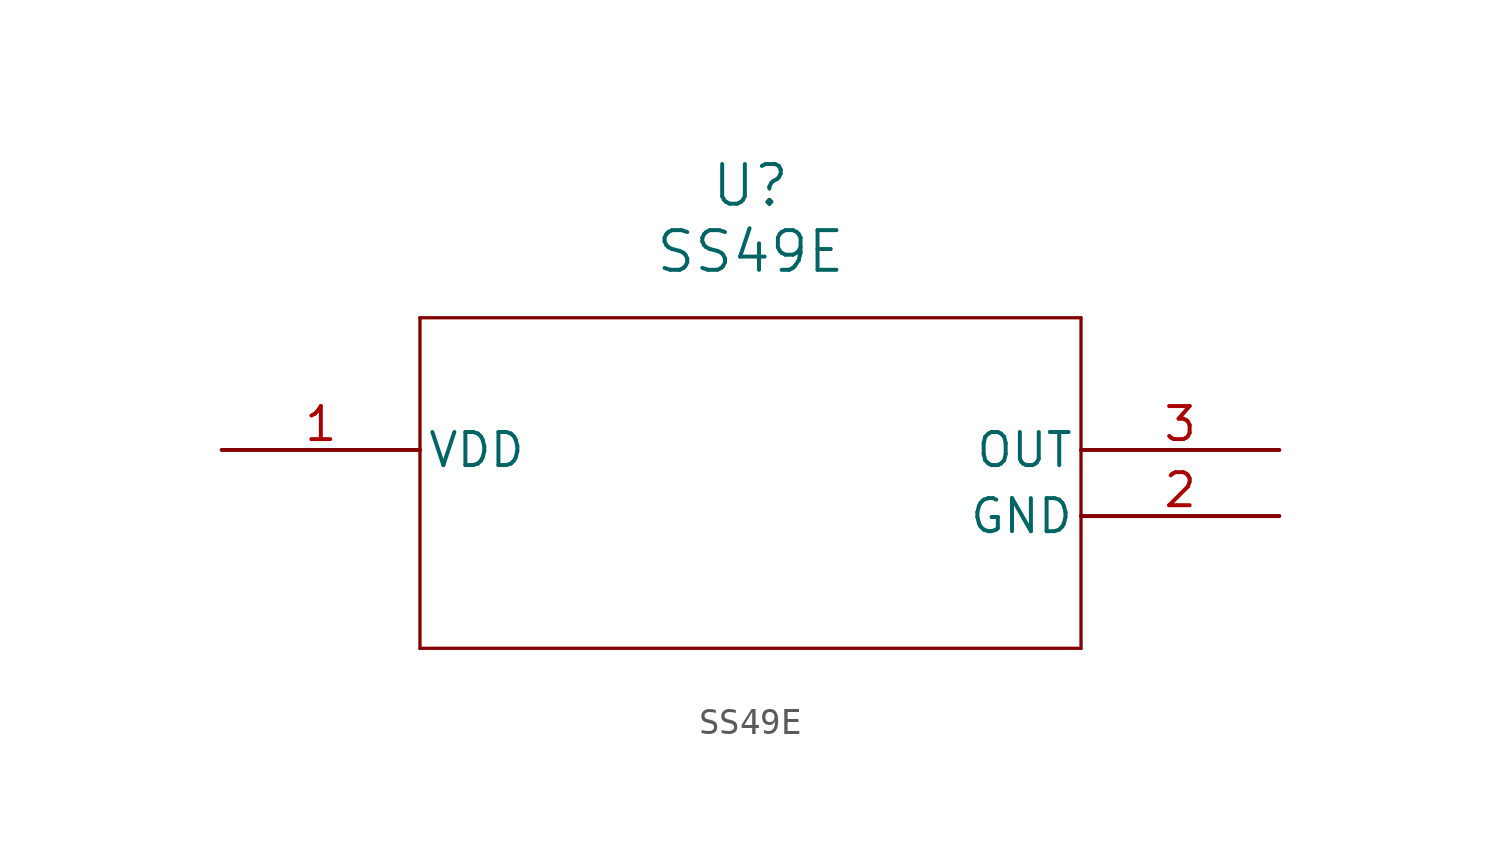
<source format=kicad_sym>
(kicad_symbol_lib
  (version 20241209)
  (generator "kicad_symbol_editor")
  (generator_version "9.0")
  (symbol "SS49E"
    (pin_names
      (offset 0.254))
    (property "Reference" "U"
      (at 20.32 10.16 0)
      (effects (font (size 1.524 1.524))))
    (property "Value" "SS49E"
      (at 20.32 7.62 0)
      (effects (font (size 1.524 1.524))))
    (symbol "SS49E_0_1"
      (polyline (pts (xy 7.62 5.08) (xy 7.62 -7.62)) (stroke (width 0.127) (type default)) (fill (type none)))
      (polyline (pts (xy 7.62 -7.62) (xy 33.02 -7.62)) (stroke (width 0.127) (type default)) (fill (type none)))
      (polyline (pts (xy 33.02 5.08) (xy 7.62 5.08)) (stroke (width 0.127) (type default)) (fill (type none)))
      (polyline (pts (xy 33.02 -7.62) (xy 33.02 5.08)) (stroke (width 0.127) (type default)) (fill (type none))))
    (symbol "SS49E_1_1"
      (pin input line (at 0 0 0) (length 7.62) (name "VDD" (effects (font (size 1.27 1.27)))) (number "1" (effects (font (size 1.27 1.27)))))
      (pin output line (at 40.64 0 180) (length 7.62) (name "OUT" (effects (font (size 1.27 1.27)))) (number "3" (effects (font (size 1.27 1.27)))))
      (pin output line (at 40.64 -2.54 180) (length 7.62) (name "GND" (effects (font (size 1.27 1.27)))) (number "2" (effects (font (size 1.27 1.27))))))))
</source>
